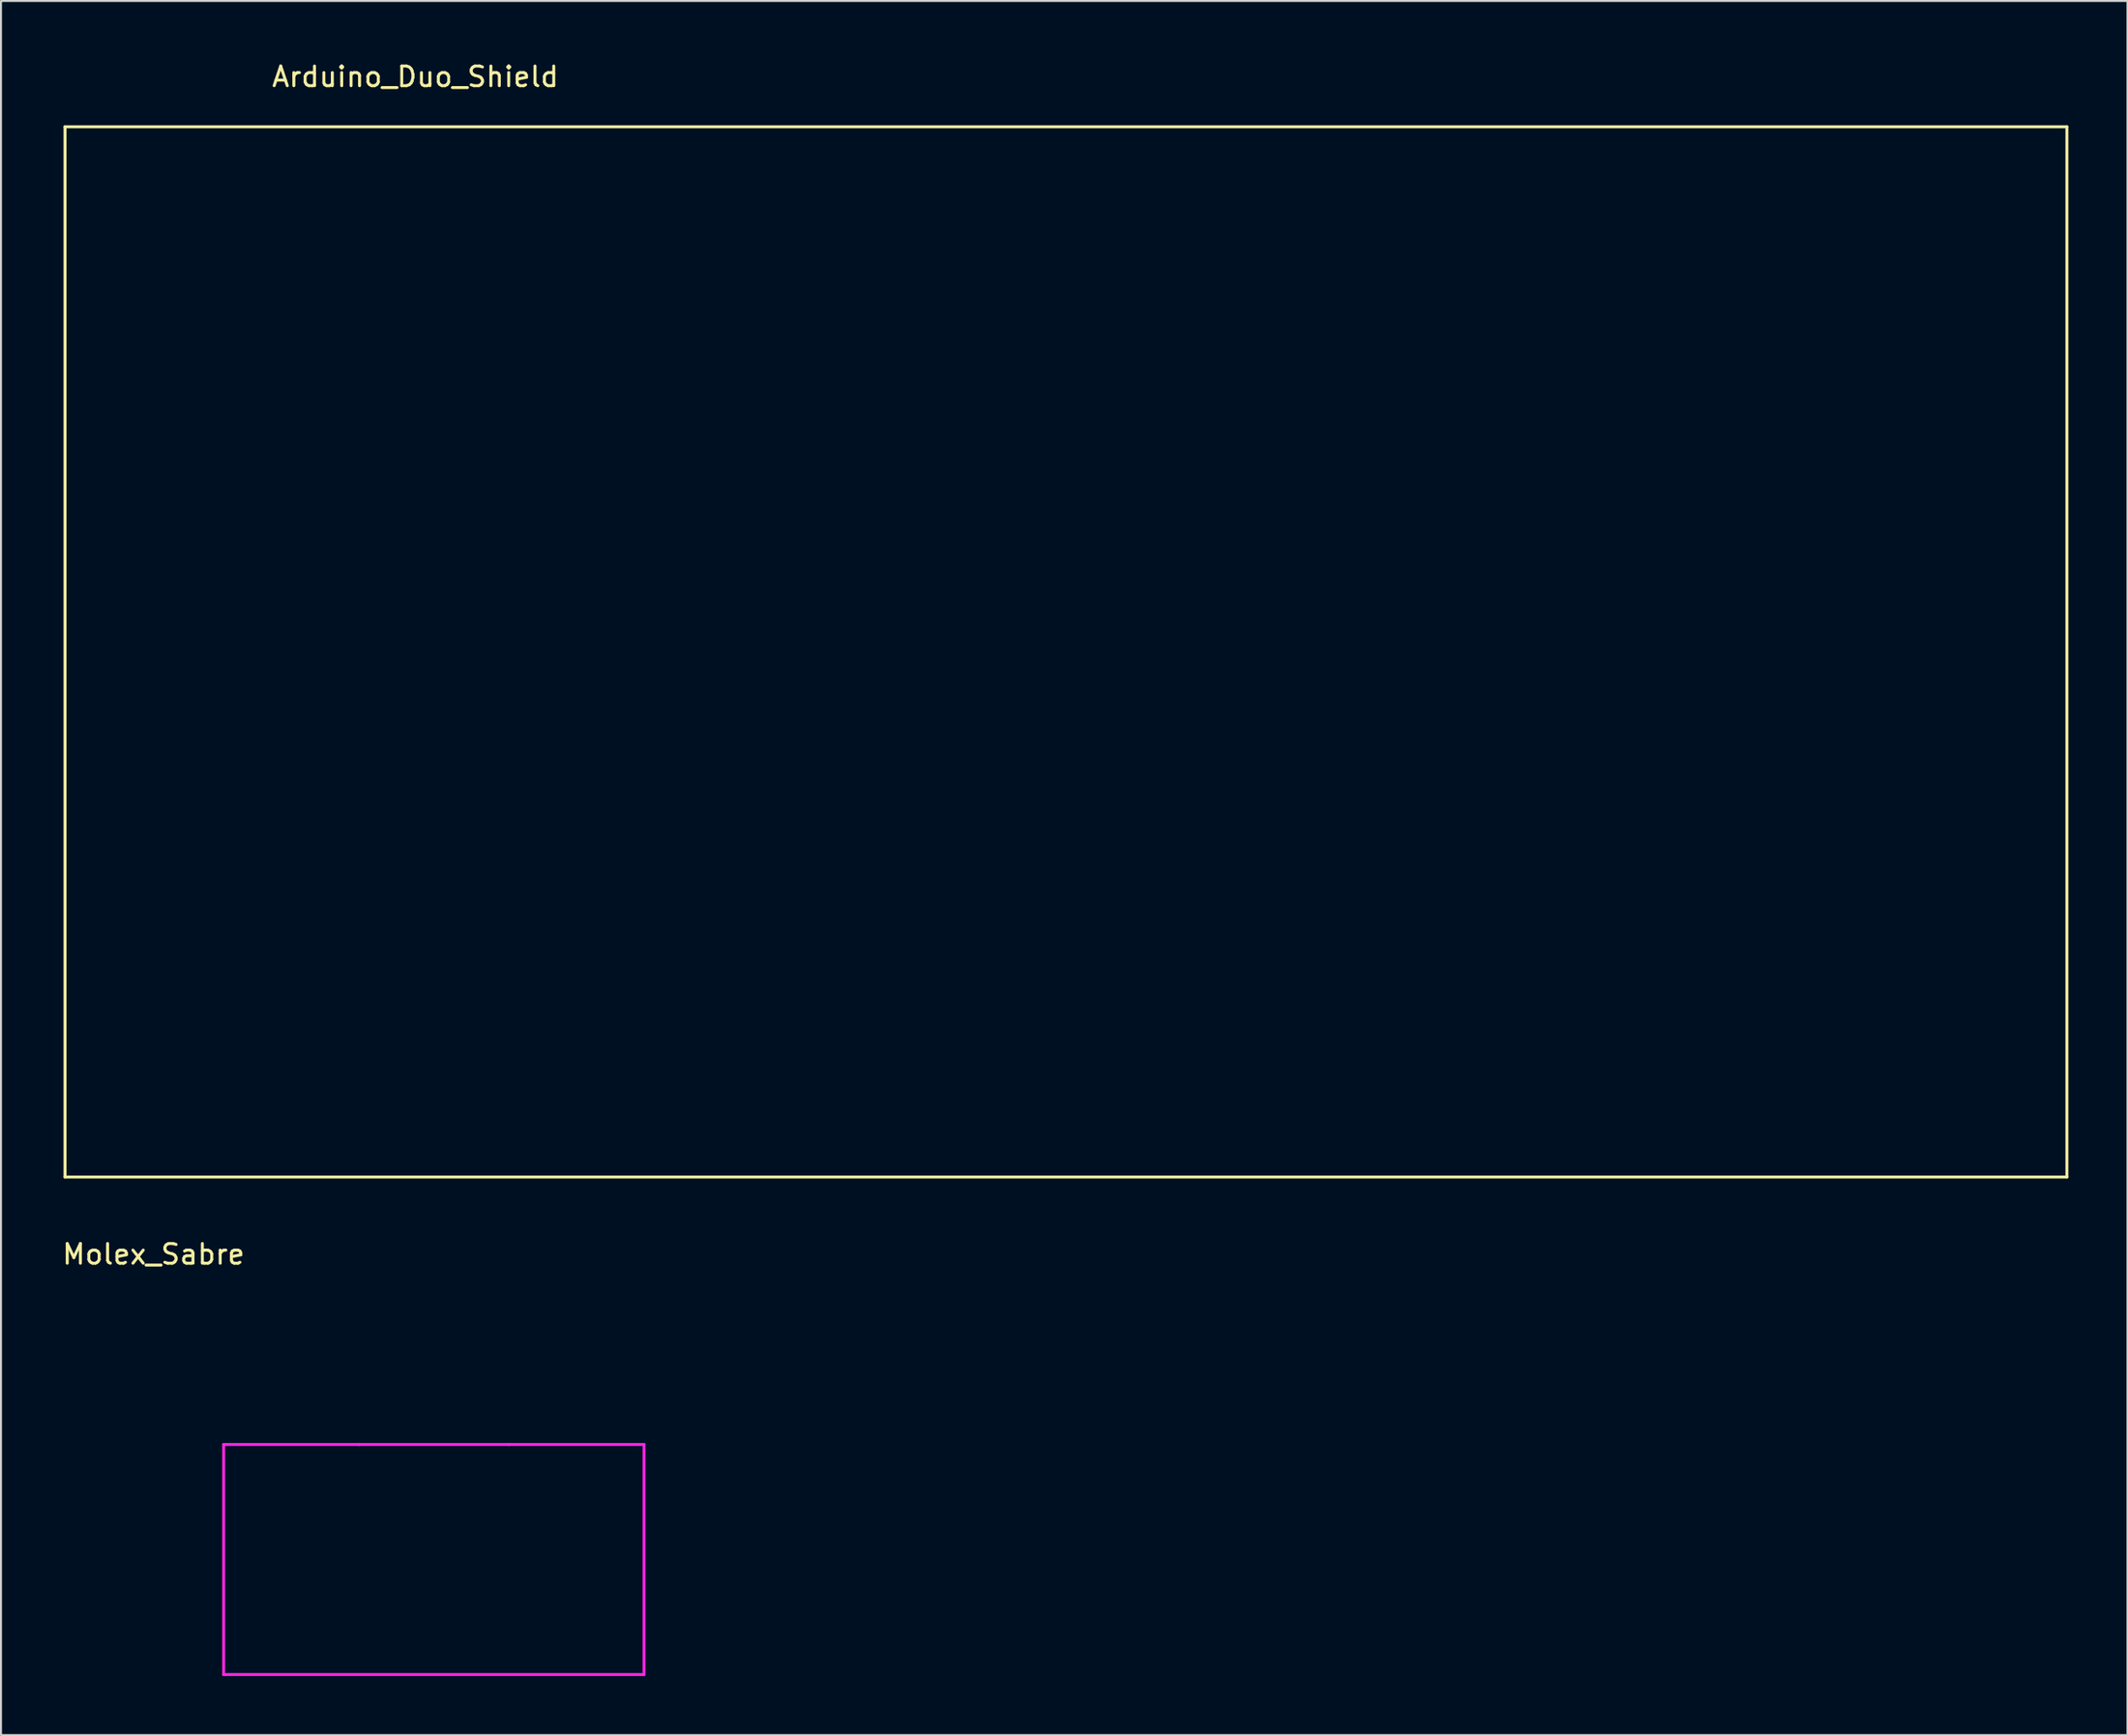
<source format=kicad_pcb>
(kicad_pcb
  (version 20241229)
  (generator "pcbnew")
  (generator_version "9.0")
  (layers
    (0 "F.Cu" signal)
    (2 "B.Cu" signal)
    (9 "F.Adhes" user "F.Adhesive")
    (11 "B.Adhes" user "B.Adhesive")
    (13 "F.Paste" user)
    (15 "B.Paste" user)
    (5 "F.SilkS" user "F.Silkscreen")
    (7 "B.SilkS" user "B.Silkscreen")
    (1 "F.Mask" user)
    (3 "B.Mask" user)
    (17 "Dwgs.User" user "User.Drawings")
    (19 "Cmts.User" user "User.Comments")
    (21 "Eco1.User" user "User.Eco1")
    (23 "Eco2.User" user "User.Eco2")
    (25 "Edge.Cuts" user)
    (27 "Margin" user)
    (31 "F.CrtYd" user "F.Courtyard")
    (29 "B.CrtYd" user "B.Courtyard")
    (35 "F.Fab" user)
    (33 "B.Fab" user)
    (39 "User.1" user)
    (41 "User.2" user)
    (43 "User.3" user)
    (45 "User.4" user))
  (footprint "Molex_Sabre"
    (layer "F.Cu")
    (at 8.3 70.311)
    (property "Reference" "Molex_Sabre" (at -3.556 -9.66 0) (layer "F.SilkS") (effects (font (size 1 1) (thickness 0.15))))
    (attr through_hole)
    (fp_line (start 0 0) (end 6.858 0) (stroke (width 0.15) (type solid)) (layer "F.CrtYd"))
    (fp_line (start 0 11.684) (end 0 0) (stroke (width 0.15) (type solid)) (layer "F.CrtYd"))
    (fp_line (start 6.858 0) (end 14.478 0) (stroke (width 0.15) (type solid)) (layer "F.CrtYd"))
    (fp_line (start 14.478 0) (end 21.336 0) (stroke (width 0.15) (type solid)) (layer "F.CrtYd"))
    (fp_line (start 21.336 0) (end 21.336 11.684) (stroke (width 0.15) (type solid)) (layer "F.CrtYd"))
    (fp_line (start 21.336 11.684) (end 0 11.684) (stroke (width 0.15) (type solid)) (layer "F.CrtYd")))
  (footprint "Arduino_Duo_Shield"
    (layer "F.Cu")
    (at 0.25 3.388)
    (property "Reference" "Arduino_Duo_Shield" (at 17.78 -2.54 0) (layer "F.SilkS") (effects (font (size 1 1) (thickness 0.15))))
    (attr through_hole)
    (fp_line (start 0 0) (end 101.6 0) (stroke (width 0.15) (type solid)) (layer "F.SilkS"))
    (fp_line (start 0 53.34) (end 0 0) (stroke (width 0.15) (type solid)) (layer "F.SilkS"))
    (fp_line (start 101.6 0) (end 101.6 53.34) (stroke (width 0.15) (type solid)) (layer "F.SilkS"))
    (fp_line (start 101.6 53.34) (end 0 53.34) (stroke (width 0.15) (type solid)) (layer "F.SilkS")))
  (gr_rect
    (start -3 -3)
    (end 104.925 85.07)
    (stroke (width 0.1) (type default))
    (fill no)
    (layer "Edge.Cuts")))
</source>
